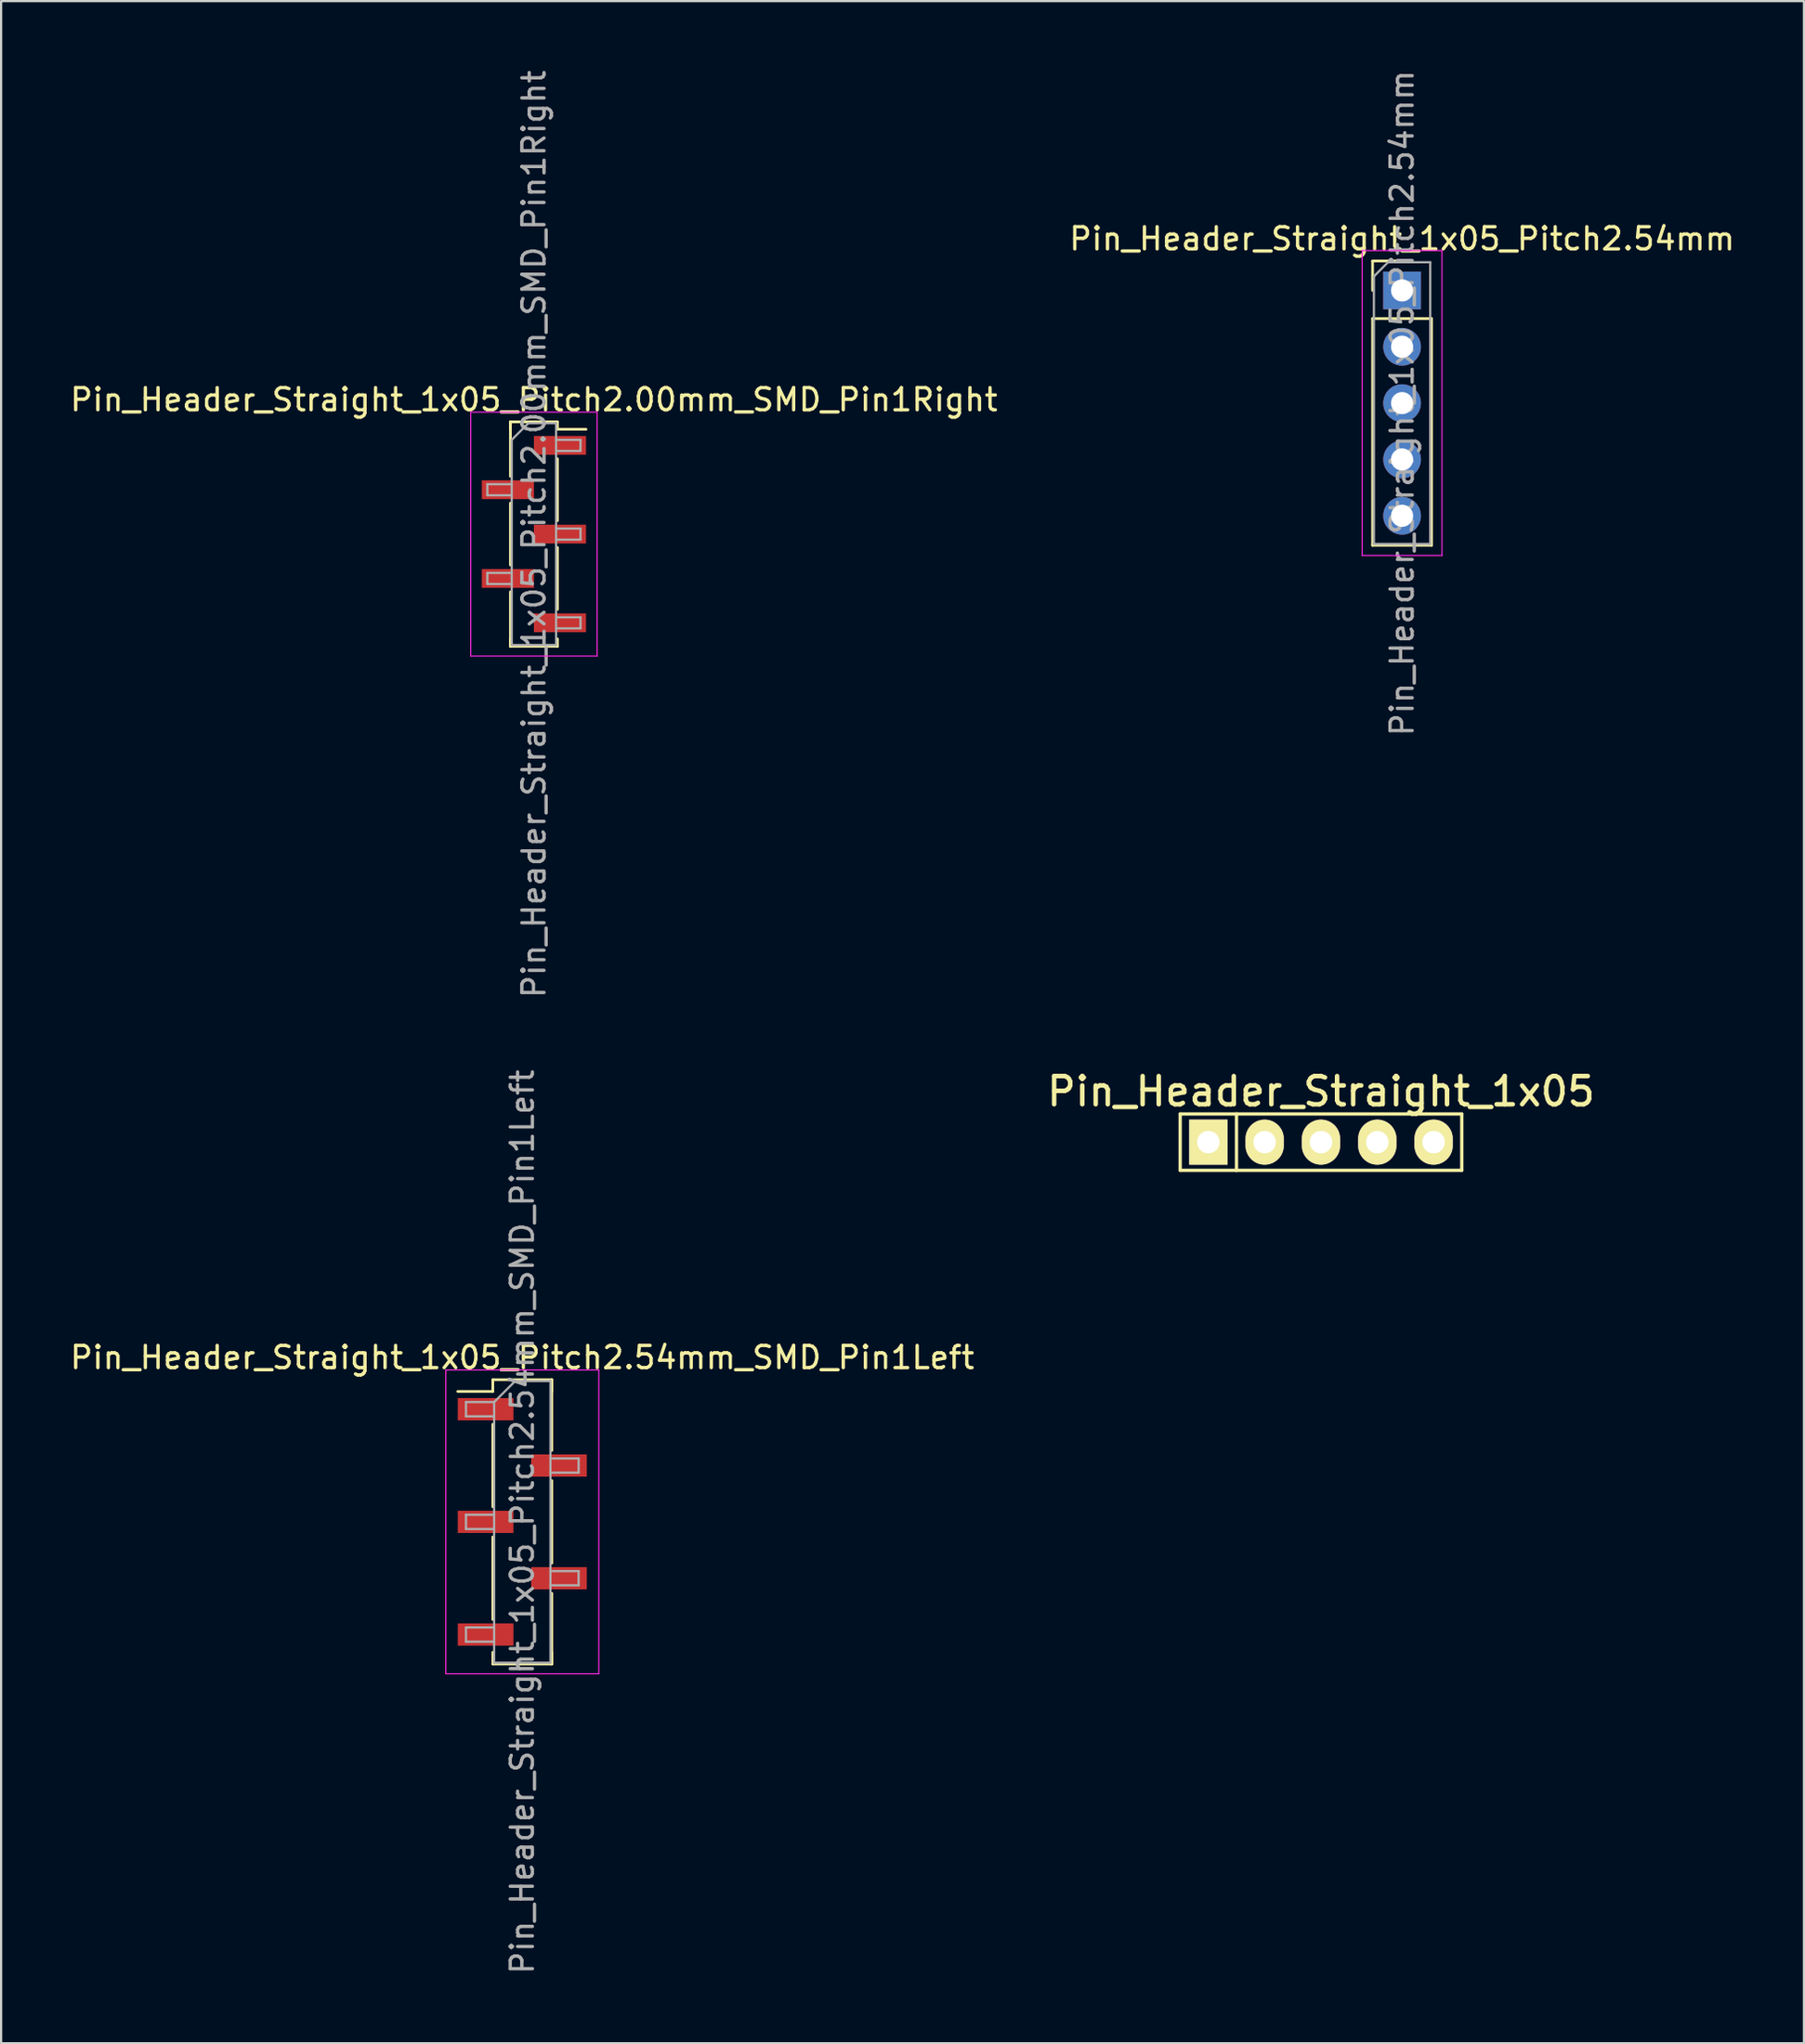
<source format=kicad_pcb>
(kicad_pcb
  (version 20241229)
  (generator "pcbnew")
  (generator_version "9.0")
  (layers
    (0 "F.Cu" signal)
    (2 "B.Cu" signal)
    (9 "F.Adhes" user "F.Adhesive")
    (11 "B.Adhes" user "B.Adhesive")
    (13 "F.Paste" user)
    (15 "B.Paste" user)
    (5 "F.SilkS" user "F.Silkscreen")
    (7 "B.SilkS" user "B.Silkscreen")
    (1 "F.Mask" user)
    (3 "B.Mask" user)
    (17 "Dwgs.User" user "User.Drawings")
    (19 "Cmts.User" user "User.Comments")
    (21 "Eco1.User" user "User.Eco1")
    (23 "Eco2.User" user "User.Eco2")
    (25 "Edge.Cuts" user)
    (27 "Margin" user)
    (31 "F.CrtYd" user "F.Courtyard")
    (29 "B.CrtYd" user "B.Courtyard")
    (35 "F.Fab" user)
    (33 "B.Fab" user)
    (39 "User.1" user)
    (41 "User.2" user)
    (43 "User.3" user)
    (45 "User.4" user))
  (footprint "Pin_Header_Straight_1x05_Pitch2.00mm_SMD_Pin1Right"
    (layer "F.Cu")
    (at 21.03 21.03)
    (property "Reference" "Pin_Header_Straight_1x05_Pitch2.00mm_SMD_Pin1Right" (at 0 -6.06 0) (layer "F.SilkS") (effects (font (size 1 1) (thickness 0.15))))
    (attr smd)
    (fp_line (start -1.06 -5.06) (end -1.06 -2.605) (stroke (width 0.12) (type solid)) (layer "F.SilkS"))
    (fp_line (start -1.06 -5.06) (end 1.06 -5.06) (stroke (width 0.12) (type solid)) (layer "F.SilkS"))
    (fp_line (start -1.06 -4.725) (end -1.06 -5.06) (stroke (width 0.12) (type solid)) (layer "F.SilkS"))
    (fp_line (start -1.06 -1.395) (end -1.06 1.395) (stroke (width 0.12) (type solid)) (layer "F.SilkS"))
    (fp_line (start -1.06 2.605) (end -1.06 5.06) (stroke (width 0.12) (type solid)) (layer "F.SilkS"))
    (fp_line (start -1.06 4.725) (end -1.06 5.06) (stroke (width 0.12) (type solid)) (layer "F.SilkS"))
    (fp_line (start -1.06 5.06) (end 1.06 5.06) (stroke (width 0.12) (type solid)) (layer "F.SilkS"))
    (fp_line (start 1.06 -5.06) (end 1.06 -4.725) (stroke (width 0.12) (type solid)) (layer "F.SilkS"))
    (fp_line (start 1.06 -4.725) (end 2.35 -4.725) (stroke (width 0.12) (type solid)) (layer "F.SilkS"))
    (fp_line (start 1.06 -3.395) (end 1.06 -0.605) (stroke (width 0.12) (type solid)) (layer "F.SilkS"))
    (fp_line (start 1.06 0.605) (end 1.06 3.395) (stroke (width 0.12) (type solid)) (layer "F.SilkS"))
    (fp_line (start 1.06 5.06) (end 1.06 4.725) (stroke (width 0.12) (type solid)) (layer "F.SilkS"))
    (fp_line (start -2.85 -5.5) (end -2.85 5.5) (stroke (width 0.05) (type solid)) (layer "F.CrtYd"))
    (fp_line (start -2.85 5.5) (end 2.85 5.5) (stroke (width 0.05) (type solid)) (layer "F.CrtYd"))
    (fp_line (start 2.85 -5.5) (end -2.85 -5.5) (stroke (width 0.05) (type solid)) (layer "F.CrtYd"))
    (fp_line (start 2.85 5.5) (end 2.85 -5.5) (stroke (width 0.05) (type solid)) (layer "F.CrtYd"))
    (fp_line (start -2.1 -2.25) (end -2.1 -1.75) (stroke (width 0.1) (type solid)) (layer "F.Fab"))
    (fp_line (start -2.1 -1.75) (end -1 -1.75) (stroke (width 0.1) (type solid)) (layer "F.Fab"))
    (fp_line (start -2.1 1.75) (end -2.1 2.25) (stroke (width 0.1) (type solid)) (layer "F.Fab"))
    (fp_line (start -2.1 2.25) (end -1 2.25) (stroke (width 0.1) (type solid)) (layer "F.Fab"))
    (fp_line (start -1 -4.25) (end -0.25 -5) (stroke (width 0.1) (type solid)) (layer "F.Fab"))
    (fp_line (start -1 -2.25) (end -2.1 -2.25) (stroke (width 0.1) (type solid)) (layer "F.Fab"))
    (fp_line (start -1 1.75) (end -2.1 1.75) (stroke (width 0.1) (type solid)) (layer "F.Fab"))
    (fp_line (start -1 5) (end -1 -4.25) (stroke (width 0.1) (type solid)) (layer "F.Fab"))
    (fp_line (start -0.25 -5) (end 1 -5) (stroke (width 0.1) (type solid)) (layer "F.Fab"))
    (fp_line (start 1 -5) (end 1 5) (stroke (width 0.1) (type solid)) (layer "F.Fab"))
    (fp_line (start 1 -4.25) (end 2.1 -4.25) (stroke (width 0.1) (type solid)) (layer "F.Fab"))
    (fp_line (start 1 -0.25) (end 2.1 -0.25) (stroke (width 0.1) (type solid)) (layer "F.Fab"))
    (fp_line (start 1 3.75) (end 2.1 3.75) (stroke (width 0.1) (type solid)) (layer "F.Fab"))
    (fp_line (start 1 5) (end -1 5) (stroke (width 0.1) (type solid)) (layer "F.Fab"))
    (fp_line (start 2.1 -4.25) (end 2.1 -3.75) (stroke (width 0.1) (type solid)) (layer "F.Fab"))
    (fp_line (start 2.1 -3.75) (end 1 -3.75) (stroke (width 0.1) (type solid)) (layer "F.Fab"))
    (fp_line (start 2.1 -0.25) (end 2.1 0.25) (stroke (width 0.1) (type solid)) (layer "F.Fab"))
    (fp_line (start 2.1 0.25) (end 1 0.25) (stroke (width 0.1) (type solid)) (layer "F.Fab"))
    (fp_line (start 2.1 3.75) (end 2.1 4.25) (stroke (width 0.1) (type solid)) (layer "F.Fab"))
    (fp_line (start 2.1 4.25) (end 1 4.25) (stroke (width 0.1) (type solid)) (layer "F.Fab"))
    (fp_text user "${REFERENCE}" (at 0 0 90) (layer "F.Fab") (effects (font (size 1 1) (thickness 0.15))))
    (pad "1" smd rect (at 1.175 -4) (size 2.35 0.85) (layers "F.Cu" "F.Mask" "F.Paste"))
    (pad "2" smd rect (at -1.175 -2) (size 2.35 0.85) (layers "F.Cu" "F.Mask" "F.Paste"))
    (pad "3" smd rect (at 1.175 0) (size 2.35 0.85) (layers "F.Cu" "F.Mask" "F.Paste"))
    (pad "4" smd rect (at -1.175 2) (size 2.35 0.85) (layers "F.Cu" "F.Mask" "F.Paste"))
    (pad "5" smd rect (at 1.175 4) (size 2.35 0.85) (layers "F.Cu" "F.Mask" "F.Paste")))
  (footprint "Pin_Header_Straight_1x05_Pitch2.54mm"
    (layer "F.Cu")
    (at 60.185 10.045)
    (property "Reference" "Pin_Header_Straight_1x05_Pitch2.54mm" (at 0 -2.33 0) (layer "F.SilkS") (effects (font (size 1 1) (thickness 0.15))))
    (attr through_hole)
    (fp_line (start -1.33 -1.33) (end 0 -1.33) (stroke (width 0.12) (type solid)) (layer "F.SilkS"))
    (fp_line (start -1.33 0) (end -1.33 -1.33) (stroke (width 0.12) (type solid)) (layer "F.SilkS"))
    (fp_line (start -1.33 1.27) (end -1.33 11.49) (stroke (width 0.12) (type solid)) (layer "F.SilkS"))
    (fp_line (start -1.33 11.49) (end 1.33 11.49) (stroke (width 0.12) (type solid)) (layer "F.SilkS"))
    (fp_line (start 1.33 1.27) (end -1.33 1.27) (stroke (width 0.12) (type solid)) (layer "F.SilkS"))
    (fp_line (start 1.33 11.49) (end 1.33 1.27) (stroke (width 0.12) (type solid)) (layer "F.SilkS"))
    (fp_line (start -1.8 -1.8) (end -1.8 11.95) (stroke (width 0.05) (type solid)) (layer "F.CrtYd"))
    (fp_line (start -1.8 11.95) (end 1.8 11.95) (stroke (width 0.05) (type solid)) (layer "F.CrtYd"))
    (fp_line (start 1.8 -1.8) (end -1.8 -1.8) (stroke (width 0.05) (type solid)) (layer "F.CrtYd"))
    (fp_line (start 1.8 11.95) (end 1.8 -1.8) (stroke (width 0.05) (type solid)) (layer "F.CrtYd"))
    (fp_line (start -1.27 -0.635) (end -0.635 -1.27) (stroke (width 0.1) (type solid)) (layer "F.Fab"))
    (fp_line (start -1.27 11.43) (end -1.27 -0.635) (stroke (width 0.1) (type solid)) (layer "F.Fab"))
    (fp_line (start -0.635 -1.27) (end 1.27 -1.27) (stroke (width 0.1) (type solid)) (layer "F.Fab"))
    (fp_line (start 1.27 -1.27) (end 1.27 11.43) (stroke (width 0.1) (type solid)) (layer "F.Fab"))
    (fp_line (start 1.27 11.43) (end -1.27 11.43) (stroke (width 0.1) (type solid)) (layer "F.Fab"))
    (fp_text user "${REFERENCE}" (at 0 5.08 90) (layer "F.Fab") (effects (font (size 1 1) (thickness 0.15))))
    (pad "1" thru_hole rect (at 0 0) (size 1.7 1.7) (drill 1) (layers "*.Cu" "*.Mask"))
    (pad "2" thru_hole oval (at 0 2.54) (size 1.7 1.7) (drill 1) (layers "*.Cu" "*.Mask"))
    (pad "3" thru_hole oval (at 0 5.08) (size 1.7 1.7) (drill 1) (layers "*.Cu" "*.Mask"))
    (pad "4" thru_hole oval (at 0 7.62) (size 1.7 1.7) (drill 1) (layers "*.Cu" "*.Mask"))
    (pad "5" thru_hole oval (at 0 10.16) (size 1.7 1.7) (drill 1) (layers "*.Cu" "*.Mask")))
  (footprint "Pin_Header_Straight_1x05_Pitch2.54mm_SMD_Pin1Left"
    (layer "F.Cu")
    (at 20.506 65.565)
    (property "Reference" "Pin_Header_Straight_1x05_Pitch2.54mm_SMD_Pin1Left" (at 0 -7.41 0) (layer "F.SilkS") (effects (font (size 1 1) (thickness 0.15))))
    (attr smd)
    (fp_line (start -1.33 -6.41) (end 1.33 -6.41) (stroke (width 0.12) (type solid)) (layer "F.SilkS"))
    (fp_line (start -1.33 -5.88) (end -2.91 -5.88) (stroke (width 0.12) (type solid)) (layer "F.SilkS"))
    (fp_line (start -1.33 -5.88) (end -1.33 -6.41) (stroke (width 0.12) (type solid)) (layer "F.SilkS"))
    (fp_line (start -1.33 -4.4) (end -1.33 -0.68) (stroke (width 0.12) (type solid)) (layer "F.SilkS"))
    (fp_line (start -1.33 0.68) (end -1.33 4.4) (stroke (width 0.12) (type solid)) (layer "F.SilkS"))
    (fp_line (start -1.33 5.88) (end -1.33 6.41) (stroke (width 0.12) (type solid)) (layer "F.SilkS"))
    (fp_line (start -1.33 6.41) (end 1.33 6.41) (stroke (width 0.12) (type solid)) (layer "F.SilkS"))
    (fp_line (start 1.33 -6.41) (end 1.33 -5.88) (stroke (width 0.12) (type solid)) (layer "F.SilkS"))
    (fp_line (start 1.33 -6.41) (end 1.33 -3.22) (stroke (width 0.12) (type solid)) (layer "F.SilkS"))
    (fp_line (start 1.33 -1.86) (end 1.33 1.86) (stroke (width 0.12) (type solid)) (layer "F.SilkS"))
    (fp_line (start 1.33 3.22) (end 1.33 6.41) (stroke (width 0.12) (type solid)) (layer "F.SilkS"))
    (fp_line (start 1.33 6.41) (end 1.33 5.88) (stroke (width 0.12) (type solid)) (layer "F.SilkS"))
    (fp_line (start -3.45 -6.85) (end -3.45 6.85) (stroke (width 0.05) (type solid)) (layer "F.CrtYd"))
    (fp_line (start -3.45 6.85) (end 3.45 6.85) (stroke (width 0.05) (type solid)) (layer "F.CrtYd"))
    (fp_line (start 3.45 -6.85) (end -3.45 -6.85) (stroke (width 0.05) (type solid)) (layer "F.CrtYd"))
    (fp_line (start 3.45 6.85) (end 3.45 -6.85) (stroke (width 0.05) (type solid)) (layer "F.CrtYd"))
    (fp_line (start -2.54 -5.4) (end -2.54 -4.76) (stroke (width 0.1) (type solid)) (layer "F.Fab"))
    (fp_line (start -2.54 -4.76) (end -1.27 -4.76) (stroke (width 0.1) (type solid)) (layer "F.Fab"))
    (fp_line (start -2.54 -0.32) (end -2.54 0.32) (stroke (width 0.1) (type solid)) (layer "F.Fab"))
    (fp_line (start -2.54 0.32) (end -1.27 0.32) (stroke (width 0.1) (type solid)) (layer "F.Fab"))
    (fp_line (start -2.54 4.76) (end -2.54 5.4) (stroke (width 0.1) (type solid)) (layer "F.Fab"))
    (fp_line (start -2.54 5.4) (end -1.27 5.4) (stroke (width 0.1) (type solid)) (layer "F.Fab"))
    (fp_line (start -1.27 -5.4) (end -2.54 -5.4) (stroke (width 0.1) (type solid)) (layer "F.Fab"))
    (fp_line (start -1.27 -5.4) (end -0.32 -6.35) (stroke (width 0.1) (type solid)) (layer "F.Fab"))
    (fp_line (start -1.27 -0.32) (end -2.54 -0.32) (stroke (width 0.1) (type solid)) (layer "F.Fab"))
    (fp_line (start -1.27 4.76) (end -2.54 4.76) (stroke (width 0.1) (type solid)) (layer "F.Fab"))
    (fp_line (start -1.27 6.35) (end -1.27 -5.4) (stroke (width 0.1) (type solid)) (layer "F.Fab"))
    (fp_line (start -0.32 -6.35) (end 1.27 -6.35) (stroke (width 0.1) (type solid)) (layer "F.Fab"))
    (fp_line (start 1.27 -6.35) (end 1.27 6.35) (stroke (width 0.1) (type solid)) (layer "F.Fab"))
    (fp_line (start 1.27 -2.86) (end 2.54 -2.86) (stroke (width 0.1) (type solid)) (layer "F.Fab"))
    (fp_line (start 1.27 2.22) (end 2.54 2.22) (stroke (width 0.1) (type solid)) (layer "F.Fab"))
    (fp_line (start 1.27 6.35) (end -1.27 6.35) (stroke (width 0.1) (type solid)) (layer "F.Fab"))
    (fp_line (start 2.54 -2.86) (end 2.54 -2.22) (stroke (width 0.1) (type solid)) (layer "F.Fab"))
    (fp_line (start 2.54 -2.22) (end 1.27 -2.22) (stroke (width 0.1) (type solid)) (layer "F.Fab"))
    (fp_line (start 2.54 2.22) (end 2.54 2.86) (stroke (width 0.1) (type solid)) (layer "F.Fab"))
    (fp_line (start 2.54 2.86) (end 1.27 2.86) (stroke (width 0.1) (type solid)) (layer "F.Fab"))
    (fp_text user "${REFERENCE}" (at 0 0 90) (layer "F.Fab") (effects (font (size 1 1) (thickness 0.15))))
    (pad "1" smd rect (at -1.655 -5.08) (size 2.51 1) (layers "F.Cu" "F.Mask" "F.Paste"))
    (pad "2" smd rect (at 1.655 -2.54) (size 2.51 1) (layers "F.Cu" "F.Mask" "F.Paste"))
    (pad "3" smd rect (at -1.655 0) (size 2.51 1) (layers "F.Cu" "F.Mask" "F.Paste"))
    (pad "4" smd rect (at 1.655 2.54) (size 2.51 1) (layers "F.Cu" "F.Mask" "F.Paste"))
    (pad "5" smd rect (at -1.655 5.08) (size 2.51 1) (layers "F.Cu" "F.Mask" "F.Paste")))
  (footprint "Pin_Header_Straight_1x05"
    (layer "F.Cu")
    (at 56.527 48.445)
    (property "Reference" "Pin_Header_Straight_1x05" (at 0 -2.286 0) (layer "F.SilkS") (effects (font (size 1.27 1.27) (thickness 0.203))))
    (attr through_hole)
    (fp_line (start -6.35 -1.27) (end -6.35 1.27) (stroke (width 0.15) (type solid)) (layer "F.SilkS"))
    (fp_line (start -6.35 -1.27) (end -3.81 -1.27) (stroke (width 0.15) (type solid)) (layer "F.SilkS"))
    (fp_line (start -6.35 1.27) (end -3.81 1.27) (stroke (width 0.15) (type solid)) (layer "F.SilkS"))
    (fp_line (start -3.81 -1.27) (end -3.81 1.27) (stroke (width 0.15) (type solid)) (layer "F.SilkS"))
    (fp_line (start -3.81 -1.27) (end 6.35 -1.27) (stroke (width 0.15) (type solid)) (layer "F.SilkS"))
    (fp_line (start 6.35 -1.27) (end 6.35 1.27) (stroke (width 0.15) (type solid)) (layer "F.SilkS"))
    (fp_line (start 6.35 1.27) (end -3.81 1.27) (stroke (width 0.15) (type solid)) (layer "F.SilkS"))
    (pad "1" thru_hole rect (at -5.08 0) (size 1.727 2.032) (drill 1.016) (layers "*.Cu" "*.Mask" "F.SilkS"))
    (pad "2" thru_hole oval (at -2.54 0) (size 1.727 2.032) (drill 1.016) (layers "*.Cu" "*.Mask" "F.SilkS"))
    (pad "3" thru_hole oval (at 0 0) (size 1.727 2.032) (drill 1.016) (layers "*.Cu" "*.Mask" "F.SilkS"))
    (pad "4" thru_hole oval (at 2.54 0) (size 1.727 2.032) (drill 1.016) (layers "*.Cu" "*.Mask" "F.SilkS"))
    (pad "5" thru_hole oval (at 5.08 0) (size 1.727 2.032) (drill 1.016) (layers "*.Cu" "*.Mask" "F.SilkS")))
  (gr_rect
    (start -3 -3)
    (end 78.31 89.071)
    (stroke (width 0.1) (type default))
    (fill no)
    (layer "Edge.Cuts")))
</source>
